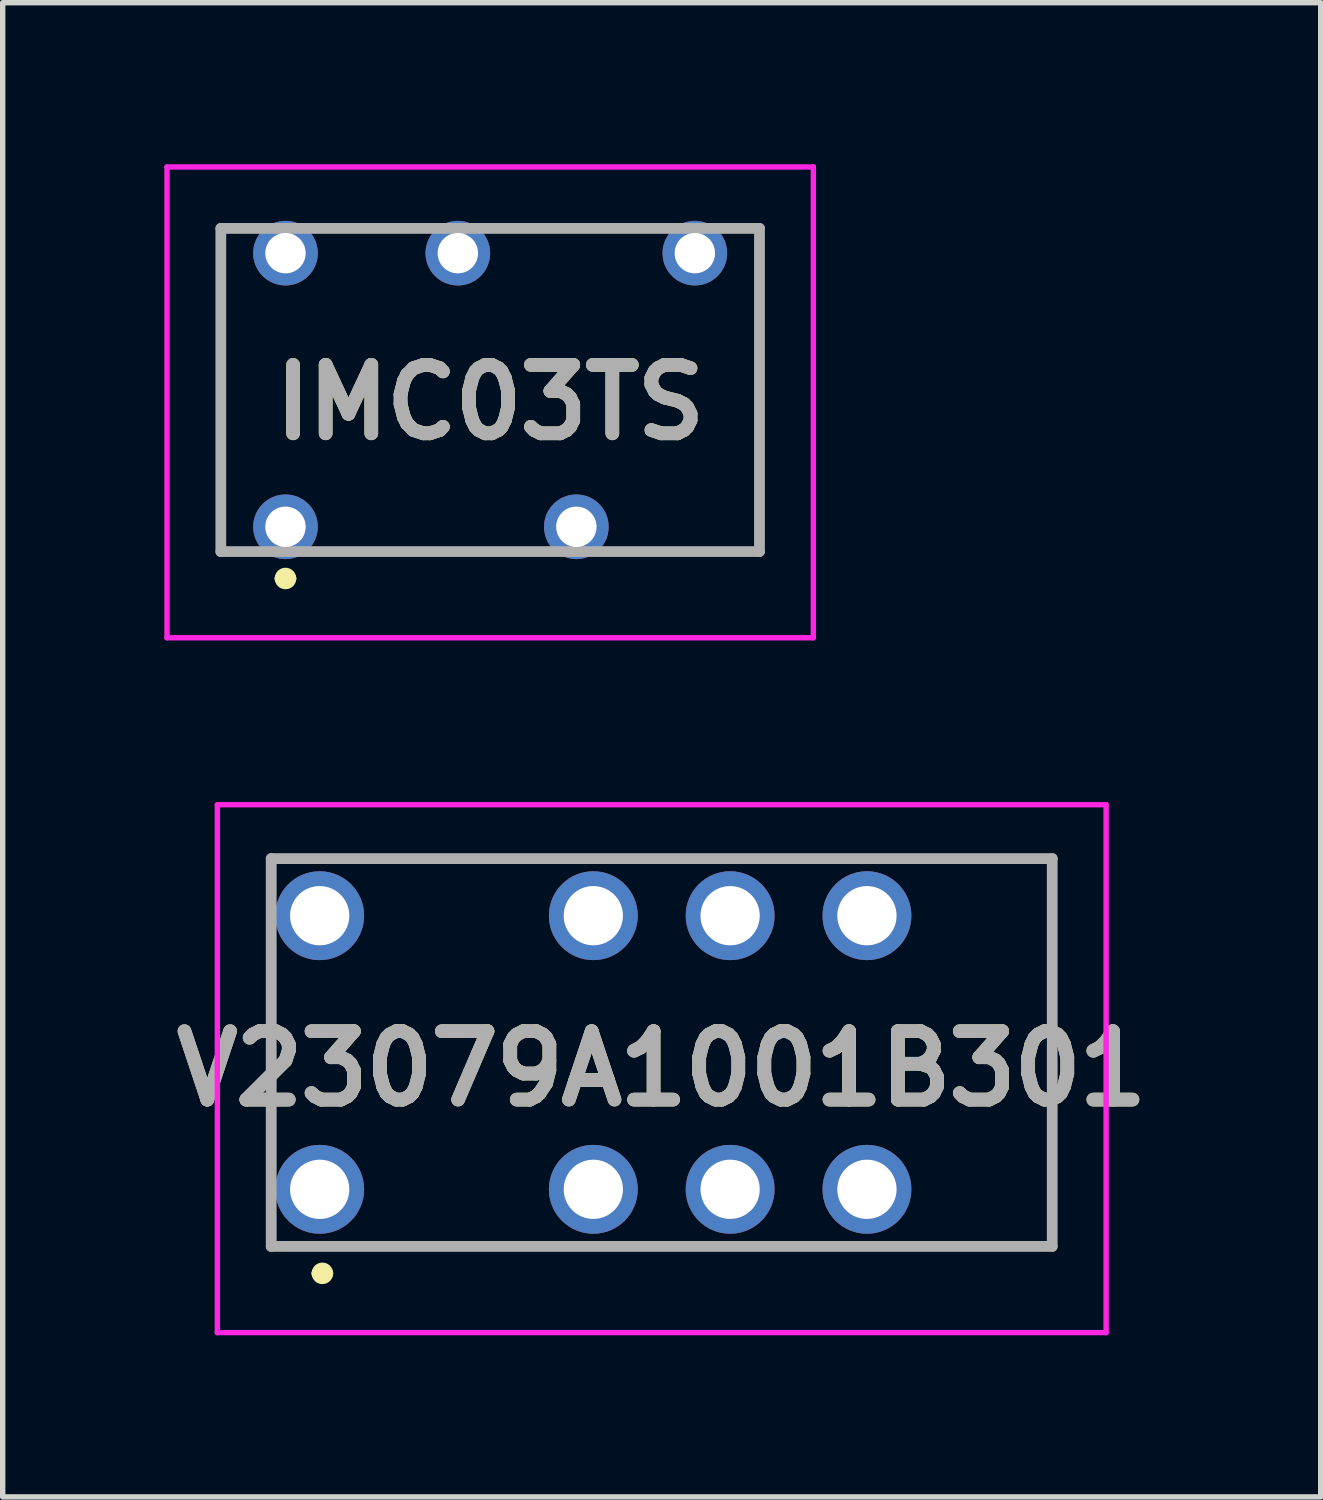
<source format=kicad_pcb>
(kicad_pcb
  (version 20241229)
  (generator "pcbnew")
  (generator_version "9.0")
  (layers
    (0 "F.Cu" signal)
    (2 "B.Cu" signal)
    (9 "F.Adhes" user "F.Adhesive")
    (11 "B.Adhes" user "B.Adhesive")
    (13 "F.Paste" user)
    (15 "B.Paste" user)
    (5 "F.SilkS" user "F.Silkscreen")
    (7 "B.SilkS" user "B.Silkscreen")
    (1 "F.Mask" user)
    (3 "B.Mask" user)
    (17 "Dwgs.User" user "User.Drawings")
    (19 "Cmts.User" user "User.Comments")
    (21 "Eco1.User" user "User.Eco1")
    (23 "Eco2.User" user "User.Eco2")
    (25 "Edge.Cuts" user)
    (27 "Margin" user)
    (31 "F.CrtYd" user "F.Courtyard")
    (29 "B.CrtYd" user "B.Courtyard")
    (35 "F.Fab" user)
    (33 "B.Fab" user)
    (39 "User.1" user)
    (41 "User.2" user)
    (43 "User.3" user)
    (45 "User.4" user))
  (footprint "IMC03TS"
    (layer "F.Cu")
    (at 6.05 4.42)
    (property "Reference" "IMC03TS" (at 0 0 0) (layer "F.SilkS") (effects (font (size 1.27 1.27) (thickness 0.254))))
    (attr through_hole)
    (fp_line (start -5 -3.23) (end -5 2.77) (stroke (width 0.1) (type solid)) (layer "F.SilkS"))
    (fp_line (start -3.9 3.27) (end -3.9 3.27) (stroke (width 0.2) (type solid)) (layer "F.SilkS"))
    (fp_line (start -3.7 3.27) (end -3.7 3.27) (stroke (width 0.2) (type solid)) (layer "F.SilkS"))
    (fp_line (start 5 -3.23) (end 5 2.77) (stroke (width 0.1) (type solid)) (layer "F.SilkS"))
    (fp_line (start 5 2.77) (end 2.62 2.77) (stroke (width 0.1) (type solid)) (layer "F.SilkS"))
    (fp_arc (start -3.9 3.27) (mid -3.8 3.17) (end -3.7 3.27) (stroke (width 0.2) (type solid)) (layer "F.SilkS"))
    (fp_arc (start -3.7 3.27) (mid -3.8 3.37) (end -3.9 3.27) (stroke (width 0.2) (type solid)) (layer "F.SilkS"))
    (fp_line (start -6 -4.37) (end 6 -4.37) (stroke (width 0.1) (type solid)) (layer "F.CrtYd"))
    (fp_line (start -6 4.37) (end -6 -4.37) (stroke (width 0.1) (type solid)) (layer "F.CrtYd"))
    (fp_line (start 6 -4.37) (end 6 4.37) (stroke (width 0.1) (type solid)) (layer "F.CrtYd"))
    (fp_line (start 6 4.37) (end -6 4.37) (stroke (width 0.1) (type solid)) (layer "F.CrtYd"))
    (fp_line (start -5 -3.23) (end 5 -3.23) (stroke (width 0.2) (type solid)) (layer "F.Fab"))
    (fp_line (start -5 2.77) (end -5 -3.23) (stroke (width 0.2) (type solid)) (layer "F.Fab"))
    (fp_line (start 5 -3.23) (end 5 2.77) (stroke (width 0.2) (type solid)) (layer "F.Fab"))
    (fp_line (start 5 2.77) (end -5 2.77) (stroke (width 0.2) (type solid)) (layer "F.Fab"))
    (fp_text user "${REFERENCE}" (at 0 0 0) (layer "F.Fab") (effects (font (size 1.27 1.27) (thickness 0.254))))
    (pad "1" thru_hole circle (at -3.8 2.31) (size 1.2 1.2) (drill 0.75) (layers "*.Cu" "*.Mask"))
    (pad "3" thru_hole circle (at 1.6 2.31) (size 1.2 1.2) (drill 0.75) (layers "*.Cu" "*.Mask"))
    (pad "5" thru_hole circle (at 3.8 -2.77) (size 1.2 1.2) (drill 0.75) (layers "*.Cu" "*.Mask"))
    (pad "7" thru_hole circle (at -0.6 -2.77) (size 1.2 1.2) (drill 0.75) (layers "*.Cu" "*.Mask"))
    (pad "8" thru_hole circle (at -3.8 -2.77) (size 1.2 1.2) (drill 0.75) (layers "*.Cu" "*.Mask")))
  (footprint "V23079A1001B301"
    (layer "F.Cu")
    (at 9.235 16.49)
    (property "Reference" "V23079A1001B301" (at 0 0.3 0) (layer "F.SilkS") (effects (font (size 1.27 1.27) (thickness 0.254))))
    (attr through_hole)
    (fp_line (start -7.25 -3.6) (end 7.25 -3.6) (stroke (width 0.1) (type solid)) (layer "F.SilkS"))
    (fp_line (start -7.25 -1.5) (end -7.25 1.5) (stroke (width 0.1) (type solid)) (layer "F.SilkS"))
    (fp_line (start -7.25 3.6) (end 7.25 3.6) (stroke (width 0.1) (type solid)) (layer "F.SilkS"))
    (fp_line (start -6.4 4.1) (end -6.4 4.1) (stroke (width 0.2) (type solid)) (layer "F.SilkS"))
    (fp_line (start -6.2 4.1) (end -6.2 4.1) (stroke (width 0.2) (type solid)) (layer "F.SilkS"))
    (fp_line (start 7.25 -3.6) (end 7.25 3.6) (stroke (width 0.1) (type solid)) (layer "F.SilkS"))
    (fp_arc (start -6.4 4.1) (mid -6.3 4) (end -6.2 4.1) (stroke (width 0.2) (type solid)) (layer "F.SilkS"))
    (fp_arc (start -6.2 4.1) (mid -6.3 4.2) (end -6.4 4.1) (stroke (width 0.2) (type solid)) (layer "F.SilkS"))
    (fp_line (start -8.25 -4.6) (end 8.25 -4.6) (stroke (width 0.1) (type solid)) (layer "F.CrtYd"))
    (fp_line (start -8.25 5.2) (end -8.25 -4.6) (stroke (width 0.1) (type solid)) (layer "F.CrtYd"))
    (fp_line (start 8.25 -4.6) (end 8.25 5.2) (stroke (width 0.1) (type solid)) (layer "F.CrtYd"))
    (fp_line (start 8.25 5.2) (end -8.25 5.2) (stroke (width 0.1) (type solid)) (layer "F.CrtYd"))
    (fp_line (start -7.25 -3.6) (end 7.25 -3.6) (stroke (width 0.2) (type solid)) (layer "F.Fab"))
    (fp_line (start -7.25 3.6) (end -7.25 -3.6) (stroke (width 0.2) (type solid)) (layer "F.Fab"))
    (fp_line (start 7.25 -3.6) (end 7.25 3.6) (stroke (width 0.2) (type solid)) (layer "F.Fab"))
    (fp_line (start 7.25 3.6) (end -7.25 3.6) (stroke (width 0.2) (type solid)) (layer "F.Fab"))
    (fp_text user "${REFERENCE}" (at 0 0.3 0) (layer "F.Fab") (effects (font (size 1.27 1.27) (thickness 0.254))))
    (pad "1" thru_hole circle (at -6.35 2.54) (size 1.65 1.65) (drill 1.1) (layers "*.Cu" "*.Mask"))
    (pad "3" thru_hole circle (at -1.27 2.54) (size 1.65 1.65) (drill 1.1) (layers "*.Cu" "*.Mask"))
    (pad "4" thru_hole circle (at 1.27 2.54) (size 1.65 1.65) (drill 1.1) (layers "*.Cu" "*.Mask"))
    (pad "5" thru_hole circle (at 3.81 2.54) (size 1.65 1.65) (drill 1.1) (layers "*.Cu" "*.Mask"))
    (pad "8" thru_hole circle (at 3.81 -2.54) (size 1.65 1.65) (drill 1.1) (layers "*.Cu" "*.Mask"))
    (pad "9" thru_hole circle (at 1.27 -2.54) (size 1.65 1.65) (drill 1.1) (layers "*.Cu" "*.Mask"))
    (pad "10" thru_hole circle (at -1.27 -2.54) (size 1.65 1.65) (drill 1.1) (layers "*.Cu" "*.Mask"))
    (pad "12" thru_hole circle (at -6.35 -2.54) (size 1.65 1.65) (drill 1.1) (layers "*.Cu" "*.Mask")))
  (gr_rect
    (start -3 -3)
    (end 21.469 24.74)
    (stroke (width 0.1) (type default))
    (fill no)
    (layer "Edge.Cuts")))
</source>
